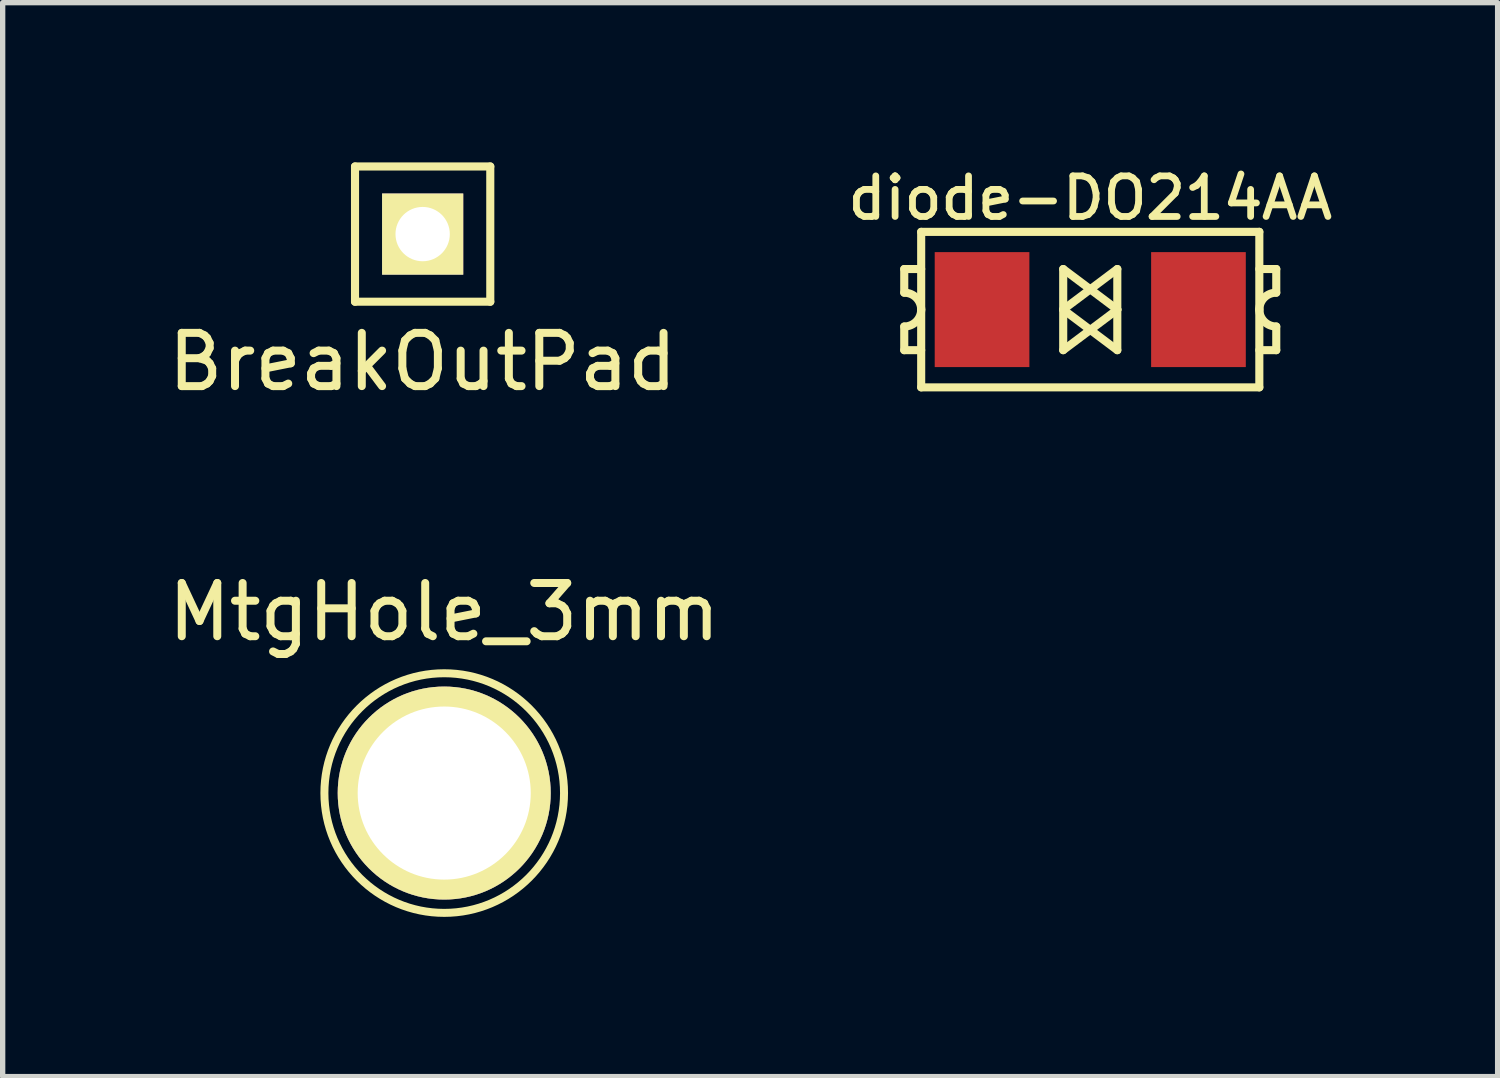
<source format=kicad_pcb>
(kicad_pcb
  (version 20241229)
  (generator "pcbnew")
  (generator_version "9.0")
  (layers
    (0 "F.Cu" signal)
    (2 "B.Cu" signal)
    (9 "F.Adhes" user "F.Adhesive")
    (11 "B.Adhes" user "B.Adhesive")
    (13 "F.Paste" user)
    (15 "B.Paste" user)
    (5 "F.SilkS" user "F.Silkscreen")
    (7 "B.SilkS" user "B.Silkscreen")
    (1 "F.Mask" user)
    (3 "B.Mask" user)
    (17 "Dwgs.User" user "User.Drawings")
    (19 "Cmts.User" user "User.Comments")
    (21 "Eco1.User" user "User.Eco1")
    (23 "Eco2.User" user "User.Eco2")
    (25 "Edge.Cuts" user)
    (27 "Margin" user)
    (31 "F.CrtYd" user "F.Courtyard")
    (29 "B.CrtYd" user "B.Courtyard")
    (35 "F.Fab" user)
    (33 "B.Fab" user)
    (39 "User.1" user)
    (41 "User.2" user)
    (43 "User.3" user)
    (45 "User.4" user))
  (footprint "BreakOutPad"
    (layer "F.Cu")
    (at 4.887 1.346)
    (property "Reference" "BreakOutPad" (at 0 2.4 0) (layer "F.SilkS") (effects (font (size 1 1) (thickness 0.15))))
    (attr through_hole)
    (fp_line (start -1.27 -1.27) (end 1.27 -1.27) (stroke (width 0.152) (type solid)) (layer "F.SilkS"))
    (fp_line (start -1.27 1.27) (end -1.27 -1.27) (stroke (width 0.152) (type solid)) (layer "F.SilkS"))
    (fp_line (start 1.27 -1.27) (end 1.27 1.27) (stroke (width 0.152) (type solid)) (layer "F.SilkS"))
    (fp_line (start 1.27 1.27) (end -1.27 1.27) (stroke (width 0.152) (type solid)) (layer "F.SilkS"))
    (pad "1" thru_hole rect (at 0 0) (size 1.524 1.524) (drill 1.02) (layers "*.Cu" "*.Mask" "F.SilkS")))
  (footprint "MtgHole_3mm"
    (layer "F.Cu")
    (at 5.292 11.843)
    (property "Reference" "MtgHole_3mm" (at 0 -3.4 0) (layer "F.SilkS") (effects (font (size 1 1) (thickness 0.15))))
    (attr through_hole)
    (fp_circle (center 0 0) (end -2.25 0) (stroke (width 0.15) (type solid)) (fill no) (layer "F.SilkS"))
    (pad "1" thru_hole circle (at 0 0) (size 4 4) (drill 3.25) (layers "*.Cu" "*.Mask" "F.SilkS")))
  (footprint "diode-DO214AA"
    (layer "F.Cu")
    (at 17.424 2.764)
    (property "Reference" "diode-DO214AA" (at 0 -2.095 0) (layer "F.SilkS") (effects (font (size 0.762 0.762) (thickness 0.127))))
    (attr smd)
    (fp_line (start -3.493 -0.762) (end -3.493 -0.318) (stroke (width 0.152) (type solid)) (layer "F.SilkS"))
    (fp_line (start -3.493 0.318) (end -3.493 0.762) (stroke (width 0.152) (type solid)) (layer "F.SilkS"))
    (fp_line (start -3.493 0.762) (end -3.175 0.762) (stroke (width 0.152) (type solid)) (layer "F.SilkS"))
    (fp_line (start -3.175 -0.762) (end -3.493 -0.762) (stroke (width 0.152) (type solid)) (layer "F.SilkS"))
    (fp_line (start -3.175 1.46) (end -3.175 -1.46) (stroke (width 0.152) (type solid)) (layer "F.SilkS"))
    (fp_line (start -3.175 1.46) (end 3.175 1.46) (stroke (width 0.152) (type solid)) (layer "F.SilkS"))
    (fp_line (start -0.508 -0.762) (end -0.508 0.762) (stroke (width 0.152) (type solid)) (layer "F.SilkS"))
    (fp_line (start -0.508 0) (end 0.508 0.762) (stroke (width 0.152) (type solid)) (layer "F.SilkS"))
    (fp_line (start -0.508 0.762) (end 0.508 0) (stroke (width 0.152) (type solid)) (layer "F.SilkS"))
    (fp_line (start 0.508 -0.762) (end -0.508 0) (stroke (width 0.152) (type solid)) (layer "F.SilkS"))
    (fp_line (start 0.508 0) (end -0.508 -0.762) (stroke (width 0.152) (type solid)) (layer "F.SilkS"))
    (fp_line (start 0.508 0) (end 0.508 -0.762) (stroke (width 0.152) (type solid)) (layer "F.SilkS"))
    (fp_line (start 0.508 0.762) (end 0.508 0) (stroke (width 0.152) (type solid)) (layer "F.SilkS"))
    (fp_line (start 3.175 -1.46) (end -3.175 -1.46) (stroke (width 0.152) (type solid)) (layer "F.SilkS"))
    (fp_line (start 3.175 -1.46) (end 3.175 1.46) (stroke (width 0.152) (type solid)) (layer "F.SilkS"))
    (fp_line (start 3.175 -0.762) (end 3.493 -0.762) (stroke (width 0.152) (type solid)) (layer "F.SilkS"))
    (fp_line (start 3.493 -0.762) (end 3.493 -0.318) (stroke (width 0.152) (type solid)) (layer "F.SilkS"))
    (fp_line (start 3.493 0.318) (end 3.493 0.762) (stroke (width 0.152) (type solid)) (layer "F.SilkS"))
    (fp_line (start 3.493 0.762) (end 3.175 0.762) (stroke (width 0.152) (type solid)) (layer "F.SilkS"))
    (fp_arc (start -3.4925 -0.3175) (mid -3.267994 -0.224506) (end -3.175 0) (stroke (width 0.1524) (type solid)) (layer "F.SilkS"))
    (fp_arc (start -3.175 0) (mid -3.267994 0.224506) (end -3.4925 0.3175) (stroke (width 0.1524) (type solid)) (layer "F.SilkS"))
    (fp_arc (start 3.175 0) (mid 3.267994 -0.224506) (end 3.4925 -0.3175) (stroke (width 0.1524) (type solid)) (layer "F.SilkS"))
    (fp_arc (start 3.4925 0.3175) (mid 3.267994 0.224506) (end 3.175 0) (stroke (width 0.1524) (type solid)) (layer "F.SilkS"))
    (pad "1" smd rect (at -2.032 0) (size 1.778 2.159) (layers "F.Cu" "F.Mask" "F.Paste"))
    (pad "2" smd rect (at 2.032 0) (size 1.778 2.159) (layers "F.Cu" "F.Mask" "F.Paste")))
  (gr_rect
    (start -3 -3)
    (end 25.074 17.168)
    (stroke (width 0.1) (type default))
    (fill no)
    (layer "Edge.Cuts")))
</source>
